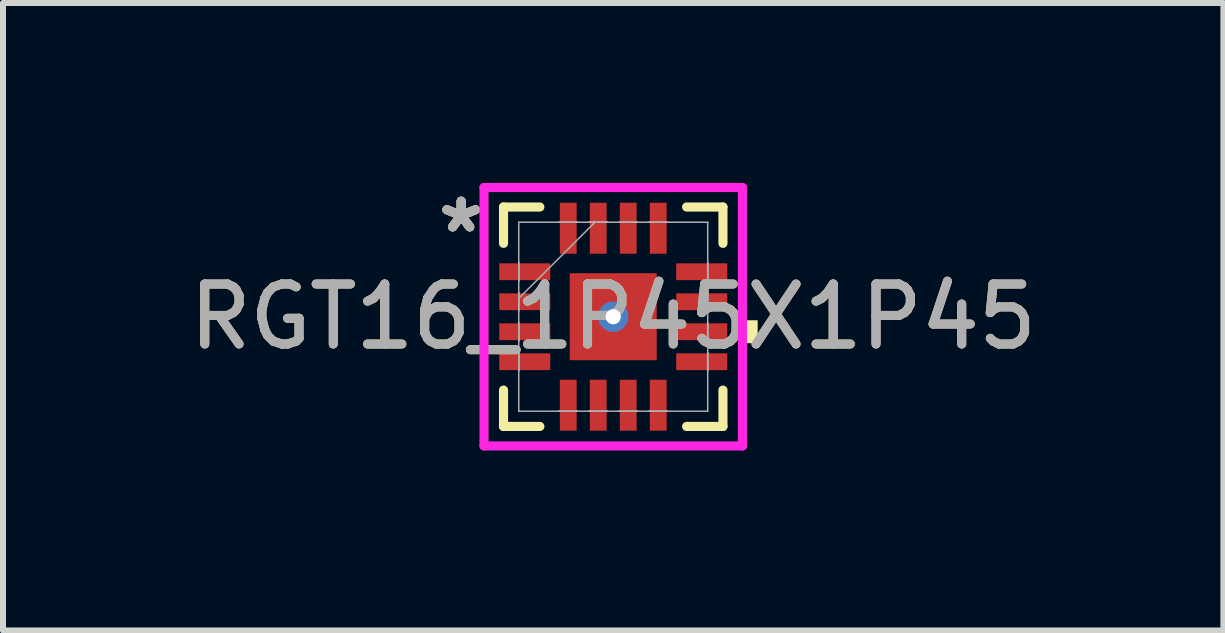
<source format=kicad_pcb>
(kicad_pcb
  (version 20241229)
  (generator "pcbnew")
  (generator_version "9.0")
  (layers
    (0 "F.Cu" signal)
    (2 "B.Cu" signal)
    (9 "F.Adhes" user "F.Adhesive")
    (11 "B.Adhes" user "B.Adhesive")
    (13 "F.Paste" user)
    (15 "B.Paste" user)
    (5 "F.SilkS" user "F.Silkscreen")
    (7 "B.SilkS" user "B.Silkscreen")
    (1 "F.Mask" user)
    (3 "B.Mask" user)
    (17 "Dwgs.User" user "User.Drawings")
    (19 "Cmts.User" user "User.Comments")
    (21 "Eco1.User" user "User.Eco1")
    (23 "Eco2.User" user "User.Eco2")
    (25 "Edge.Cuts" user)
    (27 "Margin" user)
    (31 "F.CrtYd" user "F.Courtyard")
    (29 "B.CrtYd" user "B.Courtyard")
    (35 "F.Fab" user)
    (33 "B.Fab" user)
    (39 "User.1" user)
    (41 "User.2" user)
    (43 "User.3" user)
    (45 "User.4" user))
  (footprint "RGT16_1P45X1P45"
    (layer "F.Cu")
    (at 7.173 2.23)
    (property "Reference" "RGT16_1P45X1P45" (at 0 0 0) (unlocked yes) (layer "F.SilkS") (effects (font (size 1 1) (thickness 0.15))))
    (attr smd)
    (fp_poly (pts (xy -1.97 -0.96) (xy -1.97 -0.54) (xy -0.98 -0.54) (xy -0.98 -0.96)) (stroke (width 0) (type solid)) (fill yes) (layer "F.Mask"))
    (fp_poly (pts (xy -1.97 -0.46) (xy -1.97 -0.04) (xy -0.98 -0.04) (xy -0.98 -0.46)) (stroke (width 0) (type solid)) (fill yes) (layer "F.Mask"))
    (fp_poly (pts (xy -1.97 0.04) (xy -1.97 0.46) (xy -0.98 0.46) (xy -0.98 0.04)) (stroke (width 0) (type solid)) (fill yes) (layer "F.Mask"))
    (fp_poly (pts (xy -1.97 0.54) (xy -1.97 0.96) (xy -0.98 0.96) (xy -0.98 0.54)) (stroke (width 0) (type solid)) (fill yes) (layer "F.Mask"))
    (fp_poly (pts (xy -0.96 -1.97) (xy -0.96 -0.98) (xy -0.541 -0.98) (xy -0.541 -1.97)) (stroke (width 0) (type solid)) (fill yes) (layer "F.Mask"))
    (fp_poly (pts (xy -0.96 0.98) (xy -0.96 1.97) (xy -0.541 1.97) (xy -0.541 0.98)) (stroke (width 0) (type solid)) (fill yes) (layer "F.Mask"))
    (fp_poly (pts (xy -0.788 -0.788) (xy -0.2 -0.788) (xy -0.2 0.788) (xy -0.788 0.788)) (stroke (width 0) (type solid)) (fill yes) (layer "F.Mask"))
    (fp_poly (pts (xy -0.788 -0.788) (xy 0.788 -0.788) (xy 0.788 -0.2) (xy -0.788 -0.2)) (stroke (width 0) (type solid)) (fill yes) (layer "F.Mask"))
    (fp_poly (pts (xy -0.788 0.2) (xy 0.788 0.2) (xy 0.788 0.788) (xy -0.788 0.788)) (stroke (width 0) (type solid)) (fill yes) (layer "F.Mask"))
    (fp_poly (pts (xy -0.46 -1.97) (xy -0.46 -0.98) (xy -0.04 -0.98) (xy -0.04 -1.97)) (stroke (width 0) (type solid)) (fill yes) (layer "F.Mask"))
    (fp_poly (pts (xy -0.46 0.98) (xy -0.46 1.97) (xy -0.04 1.97) (xy -0.04 0.98)) (stroke (width 0) (type solid)) (fill yes) (layer "F.Mask"))
    (fp_poly (pts (xy 0.04 -1.97) (xy 0.04 -0.98) (xy 0.46 -0.98) (xy 0.46 -1.97)) (stroke (width 0) (type solid)) (fill yes) (layer "F.Mask"))
    (fp_poly (pts (xy 0.04 0.98) (xy 0.04 1.97) (xy 0.46 1.97) (xy 0.46 0.98)) (stroke (width 0) (type solid)) (fill yes) (layer "F.Mask"))
    (fp_poly (pts (xy 0.2 -0.788) (xy 0.788 -0.788) (xy 0.788 0.788) (xy 0.2 0.788)) (stroke (width 0) (type solid)) (fill yes) (layer "F.Mask"))
    (fp_poly (pts (xy 0.541 -1.97) (xy 0.541 -0.98) (xy 0.96 -0.98) (xy 0.96 -1.97)) (stroke (width 0) (type solid)) (fill yes) (layer "F.Mask"))
    (fp_poly (pts (xy 0.541 0.98) (xy 0.541 1.97) (xy 0.96 1.97) (xy 0.96 0.98)) (stroke (width 0) (type solid)) (fill yes) (layer "F.Mask"))
    (fp_poly (pts (xy 0.98 -0.96) (xy 0.98 -0.54) (xy 1.97 -0.54) (xy 1.97 -0.96)) (stroke (width 0) (type solid)) (fill yes) (layer "F.Mask"))
    (fp_poly (pts (xy 0.98 -0.46) (xy 0.98 -0.04) (xy 1.97 -0.04) (xy 1.97 -0.46)) (stroke (width 0) (type solid)) (fill yes) (layer "F.Mask"))
    (fp_poly (pts (xy 0.98 0.04) (xy 0.98 0.46) (xy 1.97 0.46) (xy 1.97 0.04)) (stroke (width 0) (type solid)) (fill yes) (layer "F.Mask"))
    (fp_poly (pts (xy 0.98 0.54) (xy 0.98 0.96) (xy 1.97 0.96) (xy 1.97 0.54)) (stroke (width 0) (type solid)) (fill yes) (layer "F.Mask"))
    (fp_line (start -1.829 -1.829) (end -1.829 -1.223) (stroke (width 0.152) (type solid)) (layer "F.SilkS"))
    (fp_line (start -1.829 1.223) (end -1.829 1.829) (stroke (width 0.152) (type solid)) (layer "F.SilkS"))
    (fp_line (start -1.829 1.829) (end -1.223 1.829) (stroke (width 0.152) (type solid)) (layer "F.SilkS"))
    (fp_line (start -1.223 -1.829) (end -1.829 -1.829) (stroke (width 0.152) (type solid)) (layer "F.SilkS"))
    (fp_line (start 1.223 1.829) (end 1.829 1.829) (stroke (width 0.152) (type solid)) (layer "F.SilkS"))
    (fp_line (start 1.829 -1.829) (end 1.223 -1.829) (stroke (width 0.152) (type solid)) (layer "F.SilkS"))
    (fp_line (start 1.829 -1.223) (end 1.829 -1.829) (stroke (width 0.152) (type solid)) (layer "F.SilkS"))
    (fp_line (start 1.829 1.829) (end 1.829 1.223) (stroke (width 0.152) (type solid)) (layer "F.SilkS"))
    (fp_poly (pts (xy 2.408 0.059) (xy 2.408 0.441) (xy 2.154 0.441) (xy 2.154 0.059)) (stroke (width 0) (type solid)) (fill yes) (layer "F.SilkS"))
    (fp_poly (pts (xy -1.875 -0.865) (xy -1.875 -0.635) (xy -1.075 -0.635) (xy -1.075 -0.865)) (stroke (width 0) (type solid)) (fill yes) (layer "F.Paste"))
    (fp_poly (pts (xy -1.875 -0.365) (xy -1.875 -0.135) (xy -1.075 -0.135) (xy -1.075 -0.365)) (stroke (width 0) (type solid)) (fill yes) (layer "F.Paste"))
    (fp_poly (pts (xy -1.875 0.135) (xy -1.875 0.365) (xy -1.075 0.365) (xy -1.075 0.135)) (stroke (width 0) (type solid)) (fill yes) (layer "F.Paste"))
    (fp_poly (pts (xy -1.875 0.635) (xy -1.875 0.865) (xy -1.075 0.865) (xy -1.075 0.635)) (stroke (width 0) (type solid)) (fill yes) (layer "F.Paste"))
    (fp_poly (pts (xy -0.865 -1.875) (xy -0.865 -1.075) (xy -0.635 -1.075) (xy -0.635 -1.875)) (stroke (width 0) (type solid)) (fill yes) (layer "F.Paste"))
    (fp_poly (pts (xy -0.865 1.075) (xy -0.865 1.875) (xy -0.635 1.875) (xy -0.635 1.075)) (stroke (width 0) (type solid)) (fill yes) (layer "F.Paste"))
    (fp_poly (pts (xy -0.365 -1.875) (xy -0.365 -1.075) (xy -0.135 -1.075) (xy -0.135 -1.875)) (stroke (width 0) (type solid)) (fill yes) (layer "F.Paste"))
    (fp_poly (pts (xy -0.365 1.075) (xy -0.365 1.875) (xy -0.135 1.875) (xy -0.135 1.075)) (stroke (width 0) (type solid)) (fill yes) (layer "F.Paste"))
    (fp_poly (pts (xy 0.135 -1.875) (xy 0.135 -1.075) (xy 0.365 -1.075) (xy 0.365 -1.875)) (stroke (width 0) (type solid)) (fill yes) (layer "F.Paste"))
    (fp_poly (pts (xy 0.135 1.075) (xy 0.135 1.875) (xy 0.365 1.875) (xy 0.365 1.075)) (stroke (width 0) (type solid)) (fill yes) (layer "F.Paste"))
    (fp_poly (pts (xy 0.635 -1.875) (xy 0.635 -1.075) (xy 0.865 -1.075) (xy 0.865 -1.875)) (stroke (width 0) (type solid)) (fill yes) (layer "F.Paste"))
    (fp_poly (pts (xy 0.635 1.075) (xy 0.635 1.875) (xy 0.865 1.875) (xy 0.865 1.075)) (stroke (width 0) (type solid)) (fill yes) (layer "F.Paste"))
    (fp_poly (pts (xy 1.075 -0.865) (xy 1.075 -0.635) (xy 1.875 -0.635) (xy 1.875 -0.865)) (stroke (width 0) (type solid)) (fill yes) (layer "F.Paste"))
    (fp_poly (pts (xy 1.075 -0.365) (xy 1.075 -0.135) (xy 1.875 -0.135) (xy 1.875 -0.365)) (stroke (width 0) (type solid)) (fill yes) (layer "F.Paste"))
    (fp_poly (pts (xy 1.075 0.135) (xy 1.075 0.365) (xy 1.875 0.365) (xy 1.875 0.135)) (stroke (width 0) (type solid)) (fill yes) (layer "F.Paste"))
    (fp_poly (pts (xy 1.075 0.635) (xy 1.075 0.865) (xy 1.875 0.865) (xy 1.875 0.635)) (stroke (width 0) (type solid)) (fill yes) (layer "F.Paste"))
    (fp_poly (pts (xy -0.65 -0.65) (xy -0.65 -0.1) (xy -0.241 -0.1) (xy -0.1 -0.241) (xy -0.1 -0.65)) (stroke (width 0) (type solid)) (fill yes) (layer "F.Paste"))
    (fp_poly (pts (xy -0.65 0.1) (xy -0.65 0.65) (xy -0.1 0.65) (xy -0.1 0.241) (xy -0.241 0.1)) (stroke (width 0) (type solid)) (fill yes) (layer "F.Paste"))
    (fp_poly (pts (xy 0.1 -0.65) (xy 0.1 -0.241) (xy 0.241 -0.1) (xy 0.65 -0.1) (xy 0.65 -0.65)) (stroke (width 0) (type solid)) (fill yes) (layer "F.Paste"))
    (fp_poly (pts (xy 0.241 0.1) (xy 0.1 0.241) (xy 0.1 0.65) (xy 0.65 0.65) (xy 0.65 0.1)) (stroke (width 0) (type solid)) (fill yes) (layer "F.Paste"))
    (fp_line (start -2.154 -2.154) (end 2.154 -2.154) (stroke (width 0.152) (type solid)) (layer "F.CrtYd"))
    (fp_line (start -2.154 2.154) (end -2.154 -2.154) (stroke (width 0.152) (type solid)) (layer "F.CrtYd"))
    (fp_line (start 2.154 -2.154) (end 2.154 2.154) (stroke (width 0.152) (type solid)) (layer "F.CrtYd"))
    (fp_line (start 2.154 2.154) (end -2.154 2.154) (stroke (width 0.152) (type solid)) (layer "F.CrtYd"))
    (fp_line (start -1.575 -1.575) (end -1.575 1.575) (stroke (width 0.025) (type solid)) (layer "F.Fab"))
    (fp_line (start -1.575 -0.9) (end -1.575 -0.9) (stroke (width 0.025) (type solid)) (layer "F.Fab"))
    (fp_line (start -1.575 -0.9) (end -1.575 -0.6) (stroke (width 0.025) (type solid)) (layer "F.Fab"))
    (fp_line (start -1.575 -0.6) (end -1.575 -0.9) (stroke (width 0.025) (type solid)) (layer "F.Fab"))
    (fp_line (start -1.575 -0.6) (end -1.575 -0.6) (stroke (width 0.025) (type solid)) (layer "F.Fab"))
    (fp_line (start -1.575 -0.4) (end -1.575 -0.4) (stroke (width 0.025) (type solid)) (layer "F.Fab"))
    (fp_line (start -1.575 -0.4) (end -1.575 -0.1) (stroke (width 0.025) (type solid)) (layer "F.Fab"))
    (fp_line (start -1.575 -0.305) (end -0.305 -1.575) (stroke (width 0.025) (type solid)) (layer "F.Fab"))
    (fp_line (start -1.575 -0.1) (end -1.575 -0.4) (stroke (width 0.025) (type solid)) (layer "F.Fab"))
    (fp_line (start -1.575 -0.1) (end -1.575 -0.1) (stroke (width 0.025) (type solid)) (layer "F.Fab"))
    (fp_line (start -1.575 0.1) (end -1.575 0.1) (stroke (width 0.025) (type solid)) (layer "F.Fab"))
    (fp_line (start -1.575 0.1) (end -1.575 0.4) (stroke (width 0.025) (type solid)) (layer "F.Fab"))
    (fp_line (start -1.575 0.4) (end -1.575 0.1) (stroke (width 0.025) (type solid)) (layer "F.Fab"))
    (fp_line (start -1.575 0.4) (end -1.575 0.4) (stroke (width 0.025) (type solid)) (layer "F.Fab"))
    (fp_line (start -1.575 0.6) (end -1.575 0.6) (stroke (width 0.025) (type solid)) (layer "F.Fab"))
    (fp_line (start -1.575 0.6) (end -1.575 0.9) (stroke (width 0.025) (type solid)) (layer "F.Fab"))
    (fp_line (start -1.575 0.9) (end -1.575 0.6) (stroke (width 0.025) (type solid)) (layer "F.Fab"))
    (fp_line (start -1.575 0.9) (end -1.575 0.9) (stroke (width 0.025) (type solid)) (layer "F.Fab"))
    (fp_line (start -1.575 1.575) (end 1.575 1.575) (stroke (width 0.025) (type solid)) (layer "F.Fab"))
    (fp_line (start -0.9 -1.575) (end -0.9 -1.575) (stroke (width 0.025) (type solid)) (layer "F.Fab"))
    (fp_line (start -0.9 -1.575) (end -0.6 -1.575) (stroke (width 0.025) (type solid)) (layer "F.Fab"))
    (fp_line (start -0.9 1.575) (end -0.9 1.575) (stroke (width 0.025) (type solid)) (layer "F.Fab"))
    (fp_line (start -0.9 1.575) (end -0.6 1.575) (stroke (width 0.025) (type solid)) (layer "F.Fab"))
    (fp_line (start -0.6 -1.575) (end -0.9 -1.575) (stroke (width 0.025) (type solid)) (layer "F.Fab"))
    (fp_line (start -0.6 -1.575) (end -0.6 -1.575) (stroke (width 0.025) (type solid)) (layer "F.Fab"))
    (fp_line (start -0.6 1.575) (end -0.9 1.575) (stroke (width 0.025) (type solid)) (layer "F.Fab"))
    (fp_line (start -0.6 1.575) (end -0.6 1.575) (stroke (width 0.025) (type solid)) (layer "F.Fab"))
    (fp_line (start -0.4 -1.575) (end -0.4 -1.575) (stroke (width 0.025) (type solid)) (layer "F.Fab"))
    (fp_line (start -0.4 -1.575) (end -0.1 -1.575) (stroke (width 0.025) (type solid)) (layer "F.Fab"))
    (fp_line (start -0.4 1.575) (end -0.4 1.575) (stroke (width 0.025) (type solid)) (layer "F.Fab"))
    (fp_line (start -0.4 1.575) (end -0.1 1.575) (stroke (width 0.025) (type solid)) (layer "F.Fab"))
    (fp_line (start -0.1 -1.575) (end -0.4 -1.575) (stroke (width 0.025) (type solid)) (layer "F.Fab"))
    (fp_line (start -0.1 -1.575) (end -0.1 -1.575) (stroke (width 0.025) (type solid)) (layer "F.Fab"))
    (fp_line (start -0.1 1.575) (end -0.4 1.575) (stroke (width 0.025) (type solid)) (layer "F.Fab"))
    (fp_line (start -0.1 1.575) (end -0.1 1.575) (stroke (width 0.025) (type solid)) (layer "F.Fab"))
    (fp_line (start 0.1 -1.575) (end 0.1 -1.575) (stroke (width 0.025) (type solid)) (layer "F.Fab"))
    (fp_line (start 0.1 -1.575) (end 0.4 -1.575) (stroke (width 0.025) (type solid)) (layer "F.Fab"))
    (fp_line (start 0.1 1.575) (end 0.1 1.575) (stroke (width 0.025) (type solid)) (layer "F.Fab"))
    (fp_line (start 0.1 1.575) (end 0.4 1.575) (stroke (width 0.025) (type solid)) (layer "F.Fab"))
    (fp_line (start 0.4 -1.575) (end 0.1 -1.575) (stroke (width 0.025) (type solid)) (layer "F.Fab"))
    (fp_line (start 0.4 -1.575) (end 0.4 -1.575) (stroke (width 0.025) (type solid)) (layer "F.Fab"))
    (fp_line (start 0.4 1.575) (end 0.1 1.575) (stroke (width 0.025) (type solid)) (layer "F.Fab"))
    (fp_line (start 0.4 1.575) (end 0.4 1.575) (stroke (width 0.025) (type solid)) (layer "F.Fab"))
    (fp_line (start 0.6 -1.575) (end 0.6 -1.575) (stroke (width 0.025) (type solid)) (layer "F.Fab"))
    (fp_line (start 0.6 -1.575) (end 0.9 -1.575) (stroke (width 0.025) (type solid)) (layer "F.Fab"))
    (fp_line (start 0.6 1.575) (end 0.6 1.575) (stroke (width 0.025) (type solid)) (layer "F.Fab"))
    (fp_line (start 0.6 1.575) (end 0.9 1.575) (stroke (width 0.025) (type solid)) (layer "F.Fab"))
    (fp_line (start 0.9 -1.575) (end 0.6 -1.575) (stroke (width 0.025) (type solid)) (layer "F.Fab"))
    (fp_line (start 0.9 -1.575) (end 0.9 -1.575) (stroke (width 0.025) (type solid)) (layer "F.Fab"))
    (fp_line (start 0.9 1.575) (end 0.6 1.575) (stroke (width 0.025) (type solid)) (layer "F.Fab"))
    (fp_line (start 0.9 1.575) (end 0.9 1.575) (stroke (width 0.025) (type solid)) (layer "F.Fab"))
    (fp_line (start 1.575 -1.575) (end -1.575 -1.575) (stroke (width 0.025) (type solid)) (layer "F.Fab"))
    (fp_line (start 1.575 -0.9) (end 1.575 -0.9) (stroke (width 0.025) (type solid)) (layer "F.Fab"))
    (fp_line (start 1.575 -0.9) (end 1.575 -0.6) (stroke (width 0.025) (type solid)) (layer "F.Fab"))
    (fp_line (start 1.575 -0.6) (end 1.575 -0.9) (stroke (width 0.025) (type solid)) (layer "F.Fab"))
    (fp_line (start 1.575 -0.6) (end 1.575 -0.6) (stroke (width 0.025) (type solid)) (layer "F.Fab"))
    (fp_line (start 1.575 -0.4) (end 1.575 -0.4) (stroke (width 0.025) (type solid)) (layer "F.Fab"))
    (fp_line (start 1.575 -0.4) (end 1.575 -0.1) (stroke (width 0.025) (type solid)) (layer "F.Fab"))
    (fp_line (start 1.575 -0.1) (end 1.575 -0.4) (stroke (width 0.025) (type solid)) (layer "F.Fab"))
    (fp_line (start 1.575 -0.1) (end 1.575 -0.1) (stroke (width 0.025) (type solid)) (layer "F.Fab"))
    (fp_line (start 1.575 0.1) (end 1.575 0.1) (stroke (width 0.025) (type solid)) (layer "F.Fab"))
    (fp_line (start 1.575 0.1) (end 1.575 0.4) (stroke (width 0.025) (type solid)) (layer "F.Fab"))
    (fp_line (start 1.575 0.4) (end 1.575 0.1) (stroke (width 0.025) (type solid)) (layer "F.Fab"))
    (fp_line (start 1.575 0.4) (end 1.575 0.4) (stroke (width 0.025) (type solid)) (layer "F.Fab"))
    (fp_line (start 1.575 0.6) (end 1.575 0.6) (stroke (width 0.025) (type solid)) (layer "F.Fab"))
    (fp_line (start 1.575 0.6) (end 1.575 0.9) (stroke (width 0.025) (type solid)) (layer "F.Fab"))
    (fp_line (start 1.575 0.9) (end 1.575 0.6) (stroke (width 0.025) (type solid)) (layer "F.Fab"))
    (fp_line (start 1.575 0.9) (end 1.575 0.9) (stroke (width 0.025) (type solid)) (layer "F.Fab"))
    (fp_line (start 1.575 1.575) (end 1.575 -1.575) (stroke (width 0.025) (type solid)) (layer "F.Fab"))
    (fp_text user "*" (at -2.535 -1.381 0) (unlocked yes) (layer "F.SilkS") (effects (font (size 1 1) (thickness 0.15))))
    (fp_text user "*" (at -2.535 -1.381 0) (layer "F.SilkS") (effects (font (size 1 1) (thickness 0.15))))
    (fp_text user "*" (at -2.535 -1.381 0) (layer "F.Fab") (effects (font (size 1 1) (thickness 0.15))))
    (fp_text user "${REFERENCE}" (at 0 0 0) (unlocked yes) (layer "F.Fab") (effects (font (size 1 1) (thickness 0.15))))
    (fp_text user "*" (at -2.535 -1.381 0) (unlocked yes) (layer "F.Fab") (effects (font (size 1 1) (thickness 0.15))))
    (pad "1" smd rect (at -1.475 -0.75 90) (size 0.28 0.85) (layers "F.Cu" "F.Mask"))
    (pad "2" smd rect (at -1.475 -0.25 90) (size 0.28 0.85) (layers "F.Cu" "F.Mask"))
    (pad "3" smd rect (at -1.475 0.25 90) (size 0.28 0.85) (layers "F.Cu" "F.Mask"))
    (pad "4" smd rect (at -1.475 0.75 90) (size 0.28 0.85) (layers "F.Cu" "F.Mask"))
    (pad "5" smd rect (at -0.75 1.475) (size 0.28 0.85) (layers "F.Cu" "F.Mask"))
    (pad "6" smd rect (at -0.25 1.475) (size 0.28 0.85) (layers "F.Cu" "F.Mask"))
    (pad "7" smd rect (at 0.25 1.475) (size 0.28 0.85) (layers "F.Cu" "F.Mask"))
    (pad "8" smd rect (at 0.75 1.475) (size 0.28 0.85) (layers "F.Cu" "F.Mask"))
    (pad "9" smd rect (at 1.475 0.75 90) (size 0.28 0.85) (layers "F.Cu" "F.Mask"))
    (pad "10" smd rect (at 1.475 0.25 90) (size 0.28 0.85) (layers "F.Cu" "F.Mask"))
    (pad "11" smd rect (at 1.475 -0.25 90) (size 0.28 0.85) (layers "F.Cu" "F.Mask"))
    (pad "12" smd rect (at 1.475 -0.75 90) (size 0.28 0.85) (layers "F.Cu" "F.Mask"))
    (pad "13" smd rect (at 0.75 -1.475) (size 0.28 0.85) (layers "F.Cu" "F.Mask"))
    (pad "14" smd rect (at 0.25 -1.475) (size 0.28 0.85) (layers "F.Cu" "F.Mask"))
    (pad "15" smd rect (at -0.25 -1.475) (size 0.28 0.85) (layers "F.Cu" "F.Mask"))
    (pad "16" smd rect (at -0.75 -1.475) (size 0.28 0.85) (layers "F.Cu" "F.Mask"))
    (pad "17" smd rect (at 0 0) (size 1.45 1.45) (layers "F.Cu"))
    (pad "V" thru_hole circle (at 0 0) (size 0.508 0.508) (drill 0.254) (layers "*.Cu" "*.Mask")))
  (gr_rect
    (start -3 -3)
    (end 17.345 7.46)
    (stroke (width 0.1) (type default))
    (fill no)
    (layer "Edge.Cuts")))
</source>
